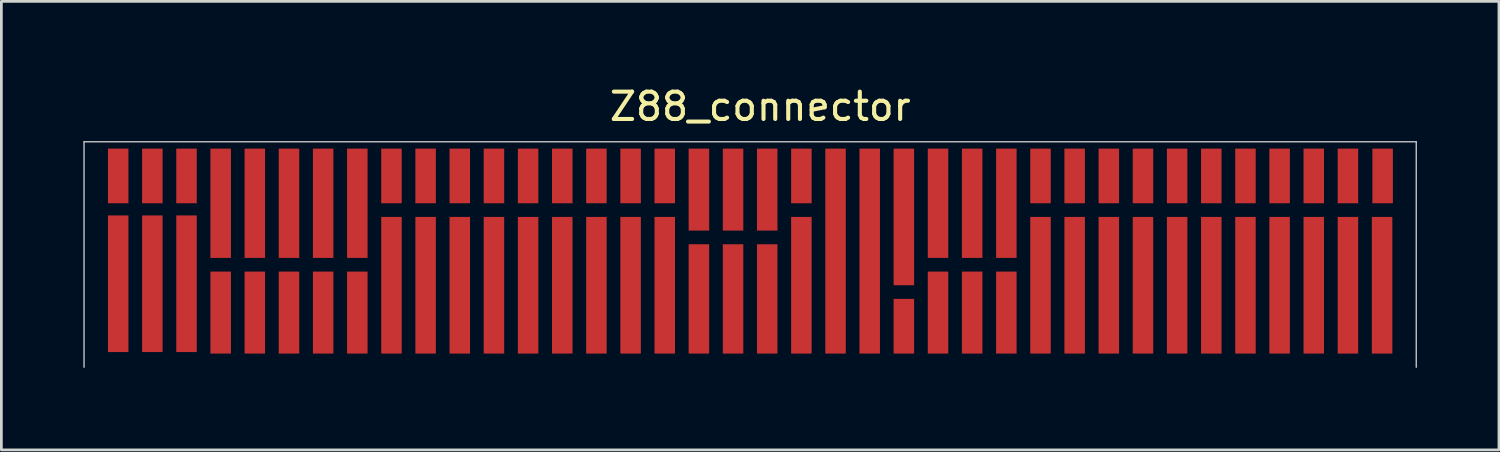
<source format=kicad_pcb>
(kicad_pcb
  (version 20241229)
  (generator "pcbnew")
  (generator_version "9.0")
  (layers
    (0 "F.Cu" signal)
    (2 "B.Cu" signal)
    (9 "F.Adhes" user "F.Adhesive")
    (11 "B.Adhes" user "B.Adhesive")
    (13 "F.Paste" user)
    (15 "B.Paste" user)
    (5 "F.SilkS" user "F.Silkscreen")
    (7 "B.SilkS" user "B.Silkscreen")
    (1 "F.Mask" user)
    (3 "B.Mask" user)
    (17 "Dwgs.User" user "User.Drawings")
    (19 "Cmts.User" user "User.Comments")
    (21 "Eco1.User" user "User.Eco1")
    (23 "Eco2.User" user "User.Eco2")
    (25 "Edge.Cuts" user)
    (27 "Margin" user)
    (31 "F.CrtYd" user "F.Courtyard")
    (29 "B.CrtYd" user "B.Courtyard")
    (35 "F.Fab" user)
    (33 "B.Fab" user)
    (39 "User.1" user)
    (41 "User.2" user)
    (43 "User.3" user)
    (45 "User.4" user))
  (footprint "Z88_connector"
    (layer "F.Cu")
    (at 1.275 3.388)
    (property "Reference" "Z88_connector" (at 23.495 -2.54 0) (layer "F.SilkS") (effects (font (size 1 1) (thickness 0.15))))
    (attr through_hole)
    (fp_line (start -1.25 -1.25) (end -1.25 7) (stroke (width 0.051) (type solid)) (layer "Dwgs.User"))
    (fp_line (start 47.5 -1.25) (end -1.25 -1.25) (stroke (width 0.051) (type solid)) (layer "Dwgs.User"))
    (fp_line (start 47.5 -1.25) (end 47.5 7) (stroke (width 0.051) (type solid)) (layer "Dwgs.User"))
    (pad "1" connect rect (at 46.25 4) (size 0.75 5) (layers "F.Cu" "F.Mask"))
    (pad "1n" connect rect (at 46.27 0) (size 0.75 2) (layers "F.Cu" "F.Mask"))
    (pad "2" connect rect (at 45 4) (size 0.75 5) (layers "F.Cu" "F.Mask"))
    (pad "2n" connect rect (at 45 0) (size 0.75 2) (layers "F.Cu" "F.Mask"))
    (pad "3" connect rect (at 43.75 4) (size 0.75 5) (layers "F.Cu" "F.Mask"))
    (pad "3n" connect rect (at 43.75 0) (size 0.75 2) (layers "F.Cu" "F.Mask"))
    (pad "4" connect rect (at 42.5 4) (size 0.75 5) (layers "F.Cu" "F.Mask"))
    (pad "4n" connect rect (at 42.5 0) (size 0.75 2) (layers "F.Cu" "F.Mask"))
    (pad "5" connect rect (at 41.25 4) (size 0.75 5) (layers "F.Cu" "F.Mask"))
    (pad "5n" connect rect (at 41.25 0) (size 0.75 2) (layers "F.Cu" "F.Mask"))
    (pad "6" connect rect (at 40 4) (size 0.75 5) (layers "F.Cu" "F.Mask"))
    (pad "6n" connect rect (at 40 0) (size 0.75 2) (layers "F.Cu" "F.Mask"))
    (pad "7" connect rect (at 38.75 4) (size 0.75 5) (layers "F.Cu" "F.Mask"))
    (pad "7n" connect rect (at 38.75 0) (size 0.75 2) (layers "F.Cu" "F.Mask"))
    (pad "8" connect rect (at 37.5 4) (size 0.75 5) (layers "F.Cu" "F.Mask"))
    (pad "8n" connect rect (at 37.5 0) (size 0.75 2) (layers "F.Cu" "F.Mask"))
    (pad "9" connect rect (at 36.25 4) (size 0.75 5) (layers "F.Cu" "F.Mask"))
    (pad "9n" connect rect (at 36.25 0) (size 0.75 2) (layers "F.Cu" "F.Mask"))
    (pad "10" connect rect (at 35 4) (size 0.75 5) (layers "F.Cu" "F.Mask"))
    (pad "10n" connect rect (at 35 0) (size 0.75 2) (layers "F.Cu" "F.Mask"))
    (pad "11" connect rect (at 33.75 4) (size 0.75 5) (layers "F.Cu" "F.Mask"))
    (pad "11n" connect rect (at 33.75 0) (size 0.75 2) (layers "F.Cu" "F.Mask"))
    (pad "12" connect rect (at 32.5 5) (size 0.75 3) (layers "F.Cu" "F.Mask"))
    (pad "12n" connect rect (at 32.5 1) (size 0.75 4) (layers "F.Cu" "F.Mask"))
    (pad "13" connect rect (at 31.25 5) (size 0.75 3) (layers "F.Cu" "F.Mask"))
    (pad "13n" connect rect (at 31.25 1) (size 0.75 4) (layers "F.Cu" "F.Mask"))
    (pad "14" connect rect (at 30 5) (size 0.75 3) (layers "F.Cu" "F.Mask"))
    (pad "14n" connect rect (at 30 1) (size 0.75 4) (layers "F.Cu" "F.Mask"))
    (pad "15" connect rect (at 28.75 5.5) (size 0.75 2) (layers "F.Cu" "F.Mask"))
    (pad "15n" connect rect (at 28.75 1.5) (size 0.75 5) (layers "F.Cu" "F.Mask"))
    (pad "16" connect rect (at 27.5 2.75) (size 0.75 7.5) (layers "F.Cu" "F.Mask"))
    (pad "17" connect rect (at 26.25 2.75) (size 0.75 7.5) (layers "F.Cu" "F.Mask"))
    (pad "18" connect rect (at 25 4) (size 0.75 5) (layers "F.Cu" "F.Mask"))
    (pad "18n" connect rect (at 25 0) (size 0.75 2) (layers "F.Cu" "F.Mask"))
    (pad "19" connect rect (at 23.75 4.5) (size 0.75 4) (layers "F.Cu" "F.Mask"))
    (pad "19n" connect rect (at 23.75 0.5) (size 0.75 3) (layers "F.Cu" "F.Mask"))
    (pad "20" connect rect (at 22.5 4.5) (size 0.75 4) (layers "F.Cu" "F.Mask"))
    (pad "20n" connect rect (at 22.5 0.5) (size 0.75 3) (layers "F.Cu" "F.Mask"))
    (pad "21" connect rect (at 21.25 4.5) (size 0.75 4) (layers "F.Cu" "F.Mask"))
    (pad "21n" connect rect (at 21.25 0.5) (size 0.75 3) (layers "F.Cu" "F.Mask"))
    (pad "22" connect rect (at 20 4) (size 0.75 5) (layers "F.Cu" "F.Mask"))
    (pad "22n" connect rect (at 20 0) (size 0.75 2) (layers "F.Cu" "F.Mask"))
    (pad "23" connect rect (at 18.75 4) (size 0.75 5) (layers "F.Cu" "F.Mask"))
    (pad "23n" connect rect (at 18.75 0) (size 0.75 2) (layers "F.Cu" "F.Mask"))
    (pad "24" connect rect (at 17.5 4) (size 0.75 5) (layers "F.Cu" "F.Mask"))
    (pad "24n" connect rect (at 17.5 0) (size 0.75 2) (layers "F.Cu" "F.Mask"))
    (pad "25" connect rect (at 16.25 4) (size 0.75 5) (layers "F.Cu" "F.Mask"))
    (pad "25n" connect rect (at 16.25 0) (size 0.75 2) (layers "F.Cu" "F.Mask"))
    (pad "26" connect rect (at 15 4) (size 0.75 5) (layers "F.Cu" "F.Mask"))
    (pad "26n" connect rect (at 15 0) (size 0.75 2) (layers "F.Cu" "F.Mask"))
    (pad "27" connect rect (at 13.75 4) (size 0.75 5) (layers "F.Cu" "F.Mask"))
    (pad "27n" connect rect (at 13.75 0) (size 0.75 2) (layers "F.Cu" "F.Mask"))
    (pad "28" connect rect (at 12.5 4) (size 0.75 5) (layers "F.Cu" "F.Mask"))
    (pad "28n" connect rect (at 12.5 0) (size 0.75 2) (layers "F.Cu" "F.Mask"))
    (pad "29" connect rect (at 11.25 4) (size 0.75 5) (layers "F.Cu" "F.Mask"))
    (pad "29n" connect rect (at 11.25 0) (size 0.75 2) (layers "F.Cu" "F.Mask"))
    (pad "30" connect rect (at 10 4) (size 0.75 5) (layers "F.Cu" "F.Mask"))
    (pad "30n" connect rect (at 10 0) (size 0.75 2) (layers "F.Cu" "F.Mask"))
    (pad "31" connect rect (at 8.75 5) (size 0.75 3) (layers "F.Cu" "F.Mask"))
    (pad "31n" connect rect (at 8.75 1) (size 0.75 4) (layers "F.Cu" "F.Mask"))
    (pad "32" connect rect (at 7.5 5) (size 0.75 3) (layers "F.Cu" "F.Mask"))
    (pad "32n" connect rect (at 7.5 1) (size 0.75 4) (layers "F.Cu" "F.Mask"))
    (pad "33" connect rect (at 6.25 5) (size 0.75 3) (layers "F.Cu" "F.Mask"))
    (pad "33n" connect rect (at 6.25 1) (size 0.75 4) (layers "F.Cu" "F.Mask"))
    (pad "34" connect rect (at 5 5) (size 0.75 3) (layers "F.Cu" "F.Mask"))
    (pad "34n" connect rect (at 5 1) (size 0.75 4) (layers "F.Cu" "F.Mask"))
    (pad "35" connect rect (at 3.75 5) (size 0.75 3) (layers "F.Cu" "F.Mask"))
    (pad "35n" connect rect (at 3.75 1) (size 0.75 4) (layers "F.Cu" "F.Mask"))
    (pad "36" connect rect (at 2.5 3.945) (size 0.75 5) (layers "F.Cu" "F.Mask"))
    (pad "36n" connect rect (at 2.5 0) (size 0.75 2) (layers "F.Cu" "F.Mask"))
    (pad "37" connect rect (at 1.25 3.945) (size 0.75 5) (layers "F.Cu" "F.Mask"))
    (pad "37n" connect rect (at 1.25 0) (size 0.75 2) (layers "F.Cu" "F.Mask"))
    (pad "38" connect rect (at 0 3.945) (size 0.75 5) (layers "F.Cu" "F.Mask"))
    (pad "38n" connect rect (at 0 0) (size 0.75 2) (layers "F.Cu" "F.Mask")))
  (gr_rect
    (start -3 -3)
    (end 51.801 13.414)
    (stroke (width 0.1) (type default))
    (fill no)
    (layer "Edge.Cuts")))
</source>
